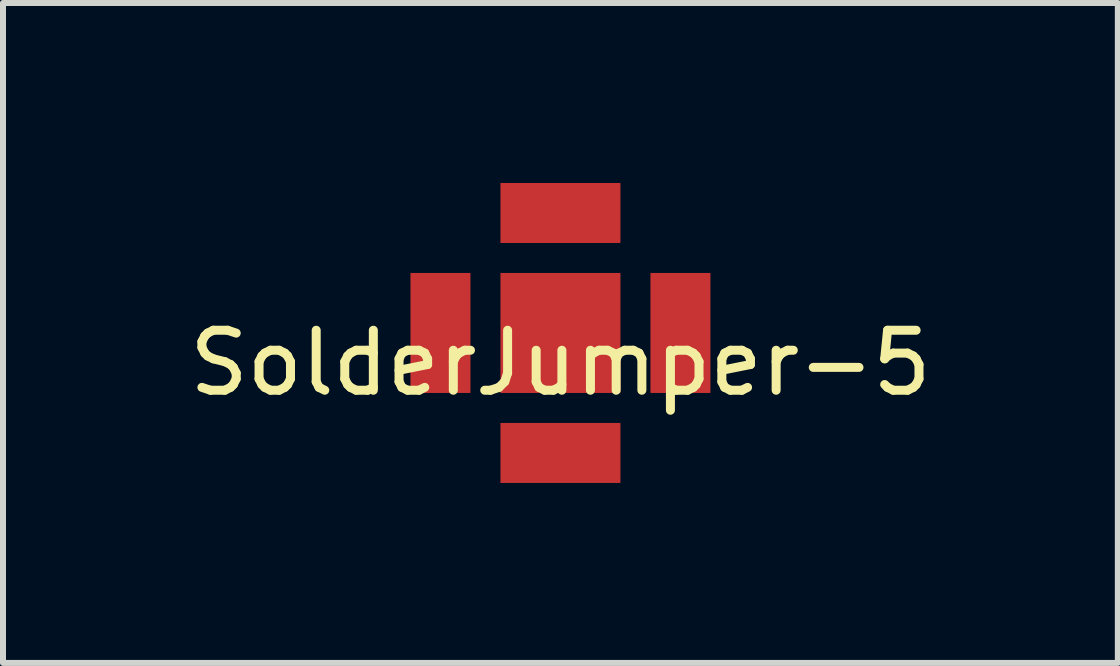
<source format=kicad_pcb>
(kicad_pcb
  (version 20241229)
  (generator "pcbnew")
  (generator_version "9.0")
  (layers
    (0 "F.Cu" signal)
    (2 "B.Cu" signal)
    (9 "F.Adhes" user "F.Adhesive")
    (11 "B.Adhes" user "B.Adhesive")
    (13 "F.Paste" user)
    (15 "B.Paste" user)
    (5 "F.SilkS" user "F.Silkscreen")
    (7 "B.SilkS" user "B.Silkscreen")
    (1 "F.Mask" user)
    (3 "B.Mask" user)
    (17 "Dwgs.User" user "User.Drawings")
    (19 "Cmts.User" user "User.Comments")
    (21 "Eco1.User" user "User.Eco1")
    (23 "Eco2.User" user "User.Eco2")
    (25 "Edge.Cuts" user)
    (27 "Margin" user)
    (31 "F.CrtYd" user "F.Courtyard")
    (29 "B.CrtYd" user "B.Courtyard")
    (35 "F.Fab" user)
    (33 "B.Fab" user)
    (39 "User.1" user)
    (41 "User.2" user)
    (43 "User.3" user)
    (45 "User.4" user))
  (footprint "SolderJumper-5"
    (layer "F.Cu")
    (at 6.292 2.5)
    (property "Reference" "SolderJumper-5" (at 0 0.5 0) (layer "F.SilkS") (effects (font (size 1 1) (thickness 0.15))))
    (attr through_hole)
    (pad "1" smd rect (at 0 0) (size 2 2) (layers "F.Cu" "F.Mask" "F.Paste"))
    (pad "2" smd rect (at 0 -2) (size 2 1) (layers "F.Cu" "F.Mask" "F.Paste"))
    (pad "3" smd rect (at 2 0) (size 1 2) (layers "F.Cu" "F.Mask" "F.Paste"))
    (pad "4" smd rect (at 0 2) (size 2 1) (layers "F.Cu" "F.Mask" "F.Paste"))
    (pad "5" smd rect (at -2 0) (size 1 2) (layers "F.Cu" "F.Mask" "F.Paste")))
  (gr_rect
    (start -3 -3)
    (end 15.583 8)
    (stroke (width 0.1) (type default))
    (fill no)
    (layer "Edge.Cuts")))
</source>
